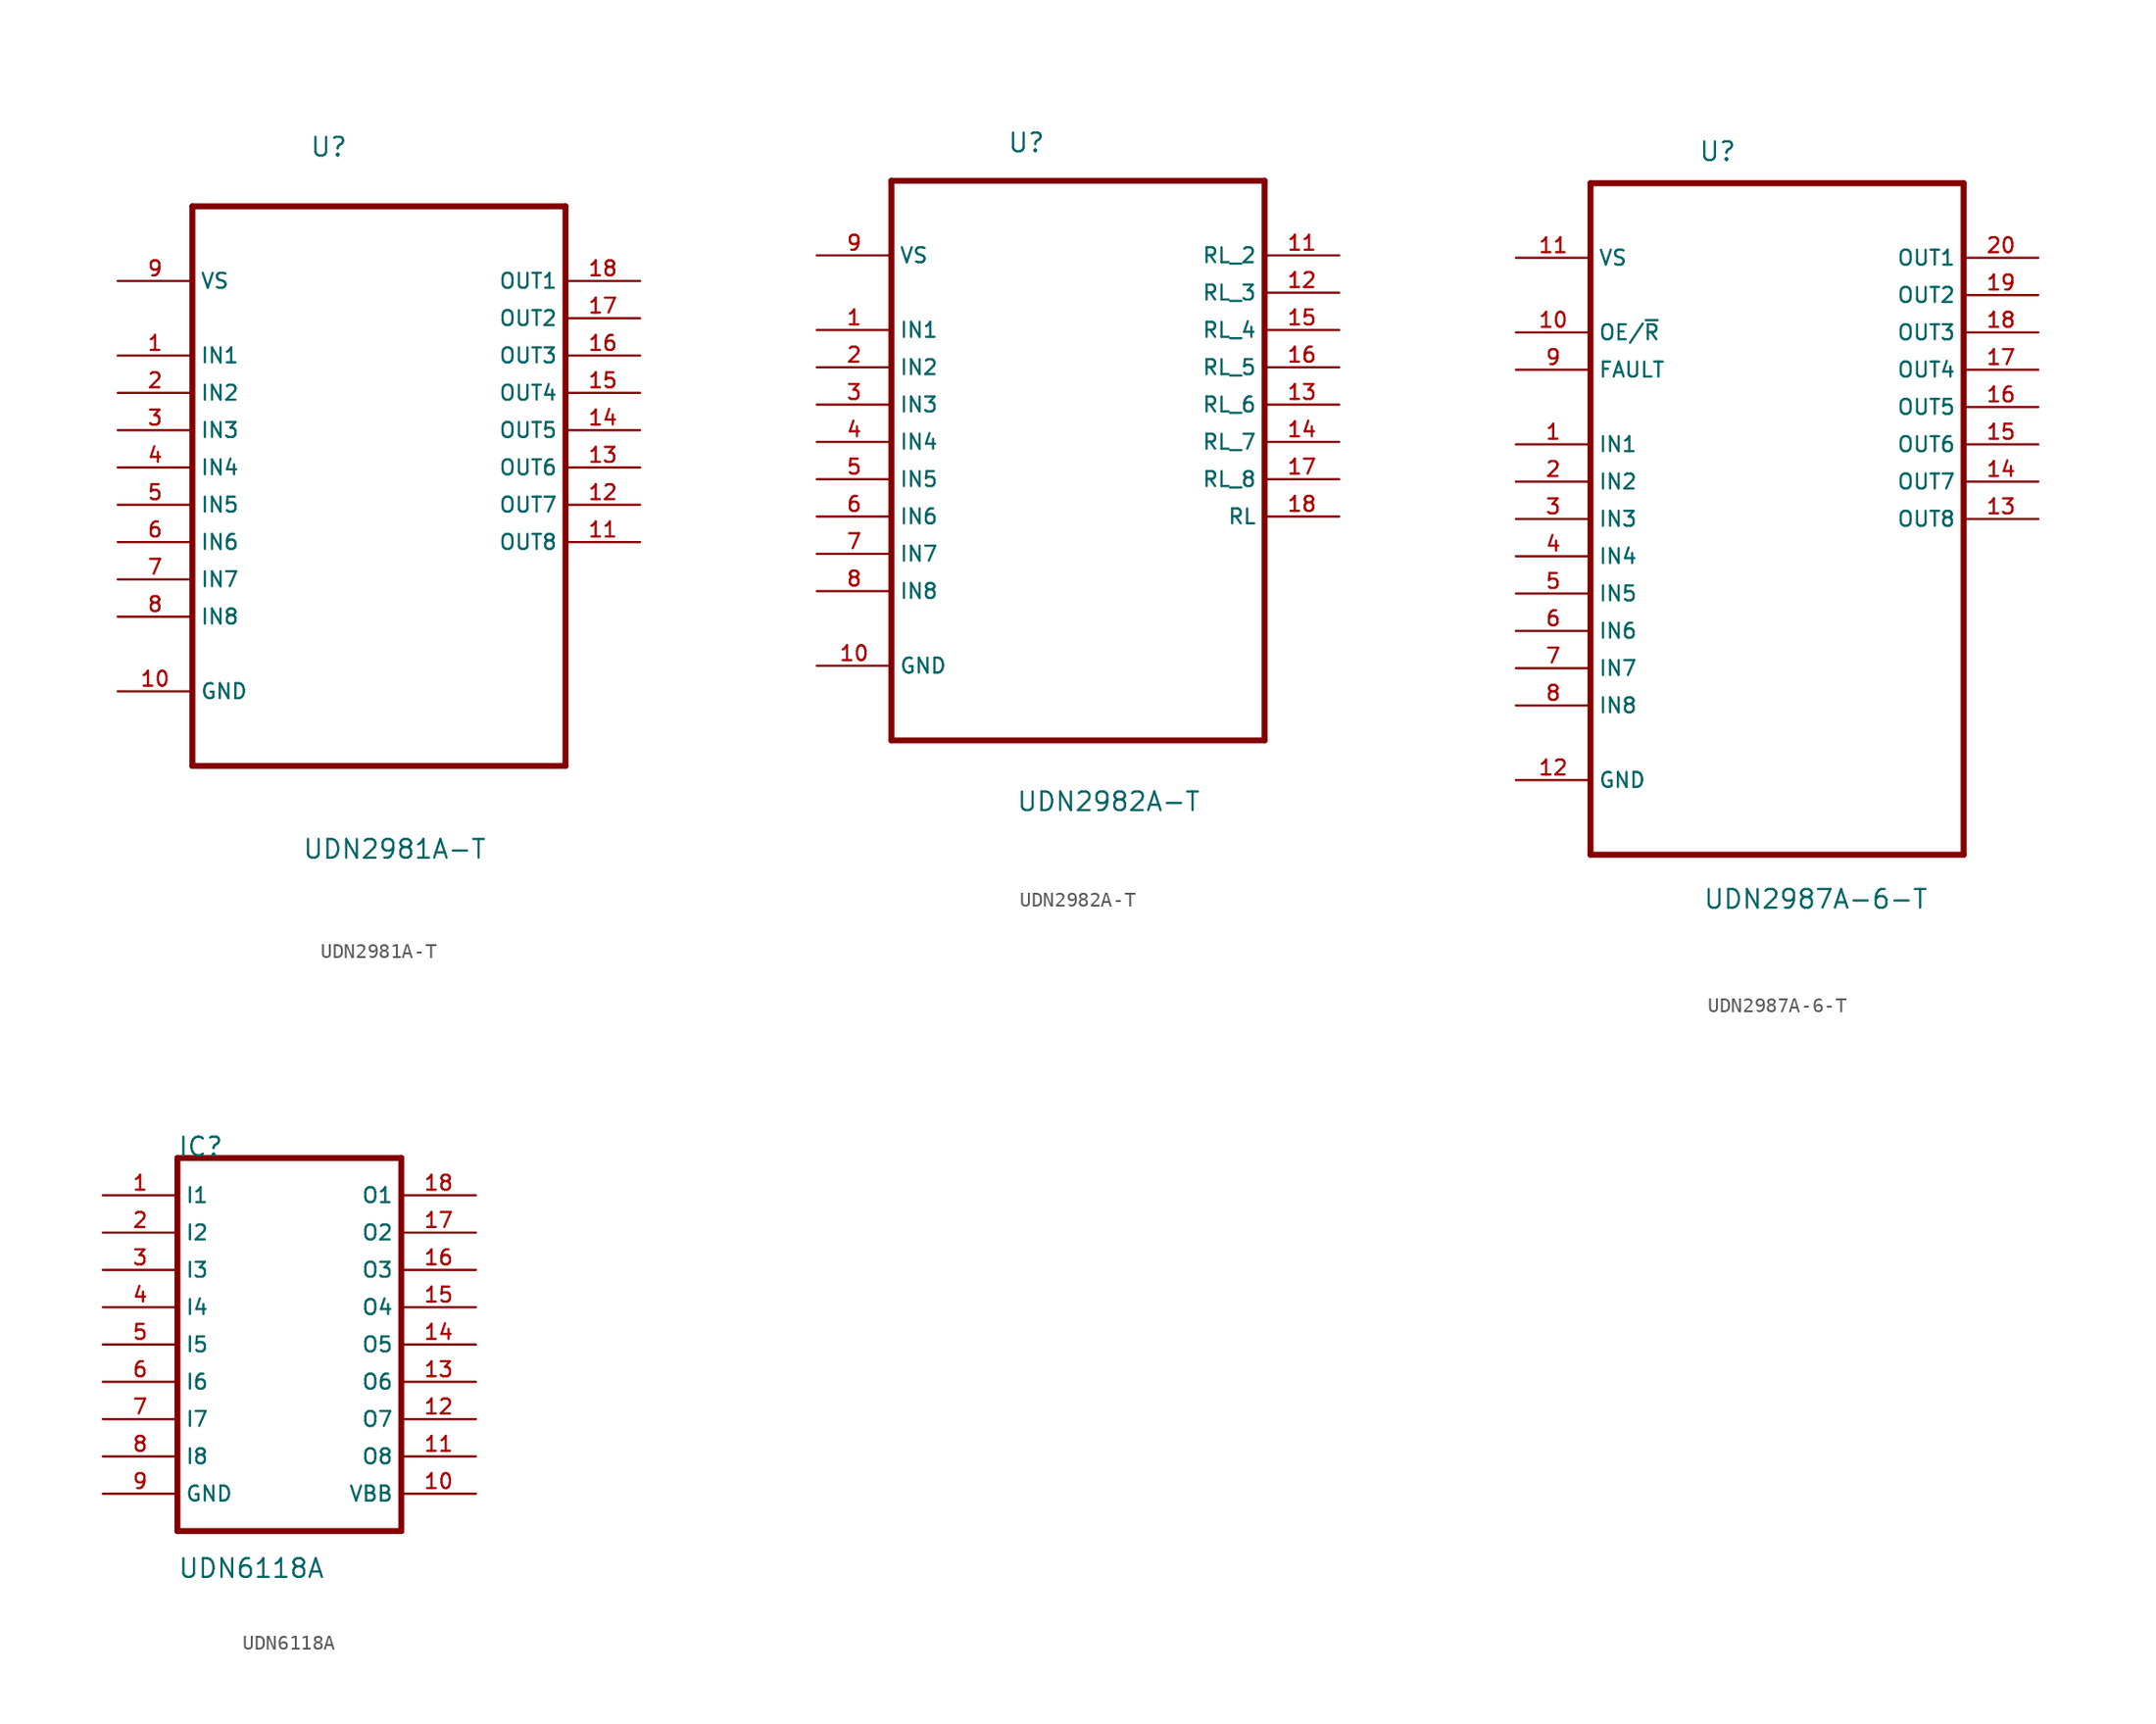
<source format=kicad_sym>
(kicad_symbol_lib
  (version 20201005)
  (generator kicad_symbol_editor)
  (symbol "Zimprich:UDN2981A-T"
    (property "Reference" "U"
      (at -4.724 19.279 0)
      (effects (font (size 1.27 1.27)) (justify left)))
    (property "Value" "UDN2981A-T"
      (at -5.232 -28.524 0)
      (effects (font (size 1.27 1.27)) (justify left)))
    (property "ki_locked" ""
      (at 0 0 0)
      (effects (font (size 1.27 1.27))))
    (symbol "UDN2981A-T_0_0"
      (polyline (pts (xy -12.7 -22.86) (xy 12.7 -22.86)) (stroke (width 0.406)) (fill (type none)))
      (polyline (pts (xy -12.7 15.24) (xy -12.7 -22.86)) (stroke (width 0.406)) (fill (type none)))
      (polyline (pts (xy 12.7 -22.86) (xy 12.7 15.24)) (stroke (width 0.406)) (fill (type none)))
      (polyline (pts (xy 12.7 15.24) (xy -12.7 15.24)) (stroke (width 0.406)) (fill (type none)))
      (pin input line (at -17.78 5.08 0) (length 5.08) (name "IN1" (effects (font (size 1.016 1.016)))) (number "1" (effects (font (size 1.016 1.016)))))
      (pin passive line (at -17.78 -17.78 0) (length 5.08) (name "GND" (effects (font (size 1.016 1.016)))) (number "10" (effects (font (size 1.016 1.016)))))
      (pin output line (at 17.78 -7.62 180) (length 5.08) (name "OUT8" (effects (font (size 1.016 1.016)))) (number "11" (effects (font (size 1.016 1.016)))))
      (pin output line (at 17.78 -5.08 180) (length 5.08) (name "OUT7" (effects (font (size 1.016 1.016)))) (number "12" (effects (font (size 1.016 1.016)))))
      (pin output line (at 17.78 -2.54 180) (length 5.08) (name "OUT6" (effects (font (size 1.016 1.016)))) (number "13" (effects (font (size 1.016 1.016)))))
      (pin output line (at 17.78 0 180) (length 5.08) (name "OUT5" (effects (font (size 1.016 1.016)))) (number "14" (effects (font (size 1.016 1.016)))))
      (pin output line (at 17.78 2.54 180) (length 5.08) (name "OUT4" (effects (font (size 1.016 1.016)))) (number "15" (effects (font (size 1.016 1.016)))))
      (pin output line (at 17.78 5.08 180) (length 5.08) (name "OUT3" (effects (font (size 1.016 1.016)))) (number "16" (effects (font (size 1.016 1.016)))))
      (pin output line (at 17.78 7.62 180) (length 5.08) (name "OUT2" (effects (font (size 1.016 1.016)))) (number "17" (effects (font (size 1.016 1.016)))))
      (pin output line (at 17.78 10.16 180) (length 5.08) (name "OUT1" (effects (font (size 1.016 1.016)))) (number "18" (effects (font (size 1.016 1.016)))))
      (pin input line (at -17.78 2.54 0) (length 5.08) (name "IN2" (effects (font (size 1.016 1.016)))) (number "2" (effects (font (size 1.016 1.016)))))
      (pin input line (at -17.78 0 0) (length 5.08) (name "IN3" (effects (font (size 1.016 1.016)))) (number "3" (effects (font (size 1.016 1.016)))))
      (pin input line (at -17.78 -2.54 0) (length 5.08) (name "IN4" (effects (font (size 1.016 1.016)))) (number "4" (effects (font (size 1.016 1.016)))))
      (pin input line (at -17.78 -5.08 0) (length 5.08) (name "IN5" (effects (font (size 1.016 1.016)))) (number "5" (effects (font (size 1.016 1.016)))))
      (pin input line (at -17.78 -7.62 0) (length 5.08) (name "IN6" (effects (font (size 1.016 1.016)))) (number "6" (effects (font (size 1.016 1.016)))))
      (pin input line (at -17.78 -10.16 0) (length 5.08) (name "IN7" (effects (font (size 1.016 1.016)))) (number "7" (effects (font (size 1.016 1.016)))))
      (pin input line (at -17.78 -12.7 0) (length 5.08) (name "IN8" (effects (font (size 1.016 1.016)))) (number "8" (effects (font (size 1.016 1.016)))))
      (pin input line (at -17.78 10.16 0) (length 5.08) (name "VS" (effects (font (size 1.016 1.016)))) (number "9" (effects (font (size 1.016 1.016)))))))
  (symbol "Zimprich:UDN2982A-T"
    (property "Reference" "U"
      (at -4.826 17.831 0)
      (effects (font (size 1.27 1.27)) (justify left)))
    (property "Value" "UDN2982A-T"
      (at -4.216 -27.026 0)
      (effects (font (size 1.27 1.27)) (justify left)))
    (property "ki_locked" ""
      (at 0 0 0)
      (effects (font (size 1.27 1.27))))
    (symbol "UDN2982A-T_0_0"
      (polyline (pts (xy -12.7 -22.86) (xy 12.7 -22.86)) (stroke (width 0.406)) (fill (type none)))
      (polyline (pts (xy -12.7 15.24) (xy -12.7 -22.86)) (stroke (width 0.406)) (fill (type none)))
      (polyline (pts (xy 12.7 -22.86) (xy 12.7 15.24)) (stroke (width 0.406)) (fill (type none)))
      (polyline (pts (xy 12.7 15.24) (xy -12.7 15.24)) (stroke (width 0.406)) (fill (type none)))
      (pin input line (at -17.78 5.08 0) (length 5.08) (name "IN1" (effects (font (size 1.016 1.016)))) (number "1" (effects (font (size 1.016 1.016)))))
      (pin passive line (at -17.78 -17.78 0) (length 5.08) (name "GND" (effects (font (size 1.016 1.016)))) (number "10" (effects (font (size 1.016 1.016)))))
      (pin passive line (at 17.78 10.16 180) (length 5.08) (name "RL_2" (effects (font (size 1.016 1.016)))) (number "11" (effects (font (size 1.016 1.016)))))
      (pin passive line (at 17.78 7.62 180) (length 5.08) (name "RL_3" (effects (font (size 1.016 1.016)))) (number "12" (effects (font (size 1.016 1.016)))))
      (pin passive line (at 17.78 0 180) (length 5.08) (name "RL_6" (effects (font (size 1.016 1.016)))) (number "13" (effects (font (size 1.016 1.016)))))
      (pin passive line (at 17.78 -2.54 180) (length 5.08) (name "RL_7" (effects (font (size 1.016 1.016)))) (number "14" (effects (font (size 1.016 1.016)))))
      (pin passive line (at 17.78 5.08 180) (length 5.08) (name "RL_4" (effects (font (size 1.016 1.016)))) (number "15" (effects (font (size 1.016 1.016)))))
      (pin passive line (at 17.78 2.54 180) (length 5.08) (name "RL_5" (effects (font (size 1.016 1.016)))) (number "16" (effects (font (size 1.016 1.016)))))
      (pin passive line (at 17.78 -5.08 180) (length 5.08) (name "RL_8" (effects (font (size 1.016 1.016)))) (number "17" (effects (font (size 1.016 1.016)))))
      (pin passive line (at 17.78 -7.62 180) (length 5.08) (name "RL" (effects (font (size 1.016 1.016)))) (number "18" (effects (font (size 1.016 1.016)))))
      (pin input line (at -17.78 2.54 0) (length 5.08) (name "IN2" (effects (font (size 1.016 1.016)))) (number "2" (effects (font (size 1.016 1.016)))))
      (pin input line (at -17.78 0 0) (length 5.08) (name "IN3" (effects (font (size 1.016 1.016)))) (number "3" (effects (font (size 1.016 1.016)))))
      (pin input line (at -17.78 -2.54 0) (length 5.08) (name "IN4" (effects (font (size 1.016 1.016)))) (number "4" (effects (font (size 1.016 1.016)))))
      (pin input line (at -17.78 -5.08 0) (length 5.08) (name "IN5" (effects (font (size 1.016 1.016)))) (number "5" (effects (font (size 1.016 1.016)))))
      (pin input line (at -17.78 -7.62 0) (length 5.08) (name "IN6" (effects (font (size 1.016 1.016)))) (number "6" (effects (font (size 1.016 1.016)))))
      (pin input line (at -17.78 -10.16 0) (length 5.08) (name "IN7" (effects (font (size 1.016 1.016)))) (number "7" (effects (font (size 1.016 1.016)))))
      (pin input line (at -17.78 -12.7 0) (length 5.08) (name "IN8" (effects (font (size 1.016 1.016)))) (number "8" (effects (font (size 1.016 1.016)))))
      (pin input line (at -17.78 10.16 0) (length 5.08) (name "VS" (effects (font (size 1.016 1.016)))) (number "9" (effects (font (size 1.016 1.016)))))))
  (symbol "Zimprich:UDN2987A-6-T"
    (property "Reference" "U"
      (at -5.359 22.479 0)
      (effects (font (size 1.27 1.27)) (justify left)))
    (property "Value" "UDN2987A-6-T"
      (at -5.055 -28.423 0)
      (effects (font (size 1.27 1.27)) (justify left)))
    (property "ki_locked" ""
      (at 0 0 0)
      (effects (font (size 1.27 1.27))))
    (symbol "UDN2987A-6-T_0_0"
      (polyline (pts (xy -12.7 -25.4) (xy 12.7 -25.4)) (stroke (width 0.406)) (fill (type none)))
      (polyline (pts (xy -12.7 20.32) (xy -12.7 -25.4)) (stroke (width 0.406)) (fill (type none)))
      (polyline (pts (xy 12.7 -25.4) (xy 12.7 20.32)) (stroke (width 0.406)) (fill (type none)))
      (polyline (pts (xy 12.7 20.32) (xy -12.7 20.32)) (stroke (width 0.406)) (fill (type none)))
      (pin input line (at -17.78 2.54 0) (length 5.08) (name "IN1" (effects (font (size 1.016 1.016)))) (number "1" (effects (font (size 1.016 1.016)))))
      (pin input line (at -17.78 10.16 0) (length 5.08) (name "OE/~R" (effects (font (size 1.016 1.016)))) (number "10" (effects (font (size 1.016 1.016)))))
      (pin input line (at -17.78 15.24 0) (length 5.08) (name "VS" (effects (font (size 1.016 1.016)))) (number "11" (effects (font (size 1.016 1.016)))))
      (pin passive line (at -17.78 -20.32 0) (length 5.08) (name "GND" (effects (font (size 1.016 1.016)))) (number "12" (effects (font (size 1.016 1.016)))))
      (pin output line (at 17.78 -2.54 180) (length 5.08) (name "OUT8" (effects (font (size 1.016 1.016)))) (number "13" (effects (font (size 1.016 1.016)))))
      (pin output line (at 17.78 0 180) (length 5.08) (name "OUT7" (effects (font (size 1.016 1.016)))) (number "14" (effects (font (size 1.016 1.016)))))
      (pin output line (at 17.78 2.54 180) (length 5.08) (name "OUT6" (effects (font (size 1.016 1.016)))) (number "15" (effects (font (size 1.016 1.016)))))
      (pin output line (at 17.78 5.08 180) (length 5.08) (name "OUT5" (effects (font (size 1.016 1.016)))) (number "16" (effects (font (size 1.016 1.016)))))
      (pin output line (at 17.78 7.62 180) (length 5.08) (name "OUT4" (effects (font (size 1.016 1.016)))) (number "17" (effects (font (size 1.016 1.016)))))
      (pin output line (at 17.78 10.16 180) (length 5.08) (name "OUT3" (effects (font (size 1.016 1.016)))) (number "18" (effects (font (size 1.016 1.016)))))
      (pin output line (at 17.78 12.7 180) (length 5.08) (name "OUT2" (effects (font (size 1.016 1.016)))) (number "19" (effects (font (size 1.016 1.016)))))
      (pin input line (at -17.78 0 0) (length 5.08) (name "IN2" (effects (font (size 1.016 1.016)))) (number "2" (effects (font (size 1.016 1.016)))))
      (pin output line (at 17.78 15.24 180) (length 5.08) (name "OUT1" (effects (font (size 1.016 1.016)))) (number "20" (effects (font (size 1.016 1.016)))))
      (pin input line (at -17.78 -2.54 0) (length 5.08) (name "IN3" (effects (font (size 1.016 1.016)))) (number "3" (effects (font (size 1.016 1.016)))))
      (pin input line (at -17.78 -5.08 0) (length 5.08) (name "IN4" (effects (font (size 1.016 1.016)))) (number "4" (effects (font (size 1.016 1.016)))))
      (pin input line (at -17.78 -7.62 0) (length 5.08) (name "IN5" (effects (font (size 1.016 1.016)))) (number "5" (effects (font (size 1.016 1.016)))))
      (pin input line (at -17.78 -10.16 0) (length 5.08) (name "IN6" (effects (font (size 1.016 1.016)))) (number "6" (effects (font (size 1.016 1.016)))))
      (pin input line (at -17.78 -12.7 0) (length 5.08) (name "IN7" (effects (font (size 1.016 1.016)))) (number "7" (effects (font (size 1.016 1.016)))))
      (pin input line (at -17.78 -15.24 0) (length 5.08) (name "IN8" (effects (font (size 1.016 1.016)))) (number "8" (effects (font (size 1.016 1.016)))))
      (pin input line (at -17.78 7.62 0) (length 5.08) (name "FAULT" (effects (font (size 1.016 1.016)))) (number "9" (effects (font (size 1.016 1.016)))))))
  (symbol "Zimprich:UDN6118A"
    (property "Reference" "IC"
      (at -7.62 13.462 0)
      (effects (font (size 1.27 1.27)) (justify left)))
    (property "Value" "UDN6118A"
      (at -7.62 -15.24 0)
      (effects (font (size 1.27 1.27)) (justify left)))
    (property "ki_locked" ""
      (at 0 0 0)
      (effects (font (size 1.27 1.27))))
    (symbol "UDN6118A_0_0"
      (polyline (pts (xy -7.62 12.7) (xy -7.62 -12.7)) (stroke (width 0.406)) (fill (type none)))
      (polyline (pts (xy -7.62 12.7) (xy 7.62 12.7)) (stroke (width 0.406)) (fill (type none)))
      (polyline (pts (xy 7.62 -12.7) (xy -7.62 -12.7)) (stroke (width 0.406)) (fill (type none)))
      (polyline (pts (xy 7.62 -12.7) (xy 7.62 12.7)) (stroke (width 0.406)) (fill (type none)))
      (pin input line (at -12.7 10.16 0) (length 5.08) (name "I1" (effects (font (size 1.016 1.016)))) (number "1" (effects (font (size 1.016 1.016)))))
      (pin passive line (at 12.7 -10.16 180) (length 5.08) (name "VBB" (effects (font (size 1.016 1.016)))) (number "10" (effects (font (size 1.016 1.016)))))
      (pin open_collector line (at 12.7 -7.62 180) (length 5.08) (name "O8" (effects (font (size 1.016 1.016)))) (number "11" (effects (font (size 1.016 1.016)))))
      (pin open_collector line (at 12.7 -5.08 180) (length 5.08) (name "O7" (effects (font (size 1.016 1.016)))) (number "12" (effects (font (size 1.016 1.016)))))
      (pin open_collector line (at 12.7 -2.54 180) (length 5.08) (name "O6" (effects (font (size 1.016 1.016)))) (number "13" (effects (font (size 1.016 1.016)))))
      (pin open_collector line (at 12.7 0 180) (length 5.08) (name "O5" (effects (font (size 1.016 1.016)))) (number "14" (effects (font (size 1.016 1.016)))))
      (pin open_collector line (at 12.7 2.54 180) (length 5.08) (name "O4" (effects (font (size 1.016 1.016)))) (number "15" (effects (font (size 1.016 1.016)))))
      (pin open_collector line (at 12.7 5.08 180) (length 5.08) (name "O3" (effects (font (size 1.016 1.016)))) (number "16" (effects (font (size 1.016 1.016)))))
      (pin open_collector line (at 12.7 7.62 180) (length 5.08) (name "O2" (effects (font (size 1.016 1.016)))) (number "17" (effects (font (size 1.016 1.016)))))
      (pin open_collector line (at 12.7 10.16 180) (length 5.08) (name "O1" (effects (font (size 1.016 1.016)))) (number "18" (effects (font (size 1.016 1.016)))))
      (pin input line (at -12.7 7.62 0) (length 5.08) (name "I2" (effects (font (size 1.016 1.016)))) (number "2" (effects (font (size 1.016 1.016)))))
      (pin input line (at -12.7 5.08 0) (length 5.08) (name "I3" (effects (font (size 1.016 1.016)))) (number "3" (effects (font (size 1.016 1.016)))))
      (pin input line (at -12.7 2.54 0) (length 5.08) (name "I4" (effects (font (size 1.016 1.016)))) (number "4" (effects (font (size 1.016 1.016)))))
      (pin input line (at -12.7 0 0) (length 5.08) (name "I5" (effects (font (size 1.016 1.016)))) (number "5" (effects (font (size 1.016 1.016)))))
      (pin input line (at -12.7 -2.54 0) (length 5.08) (name "I6" (effects (font (size 1.016 1.016)))) (number "6" (effects (font (size 1.016 1.016)))))
      (pin input line (at -12.7 -5.08 0) (length 5.08) (name "I7" (effects (font (size 1.016 1.016)))) (number "7" (effects (font (size 1.016 1.016)))))
      (pin input line (at -12.7 -7.62 0) (length 5.08) (name "I8" (effects (font (size 1.016 1.016)))) (number "8" (effects (font (size 1.016 1.016)))))
      (pin input line (at -12.7 -10.16 0) (length 5.08) (name "GND" (effects (font (size 1.016 1.016)))) (number "9" (effects (font (size 1.016 1.016))))))))
</source>
